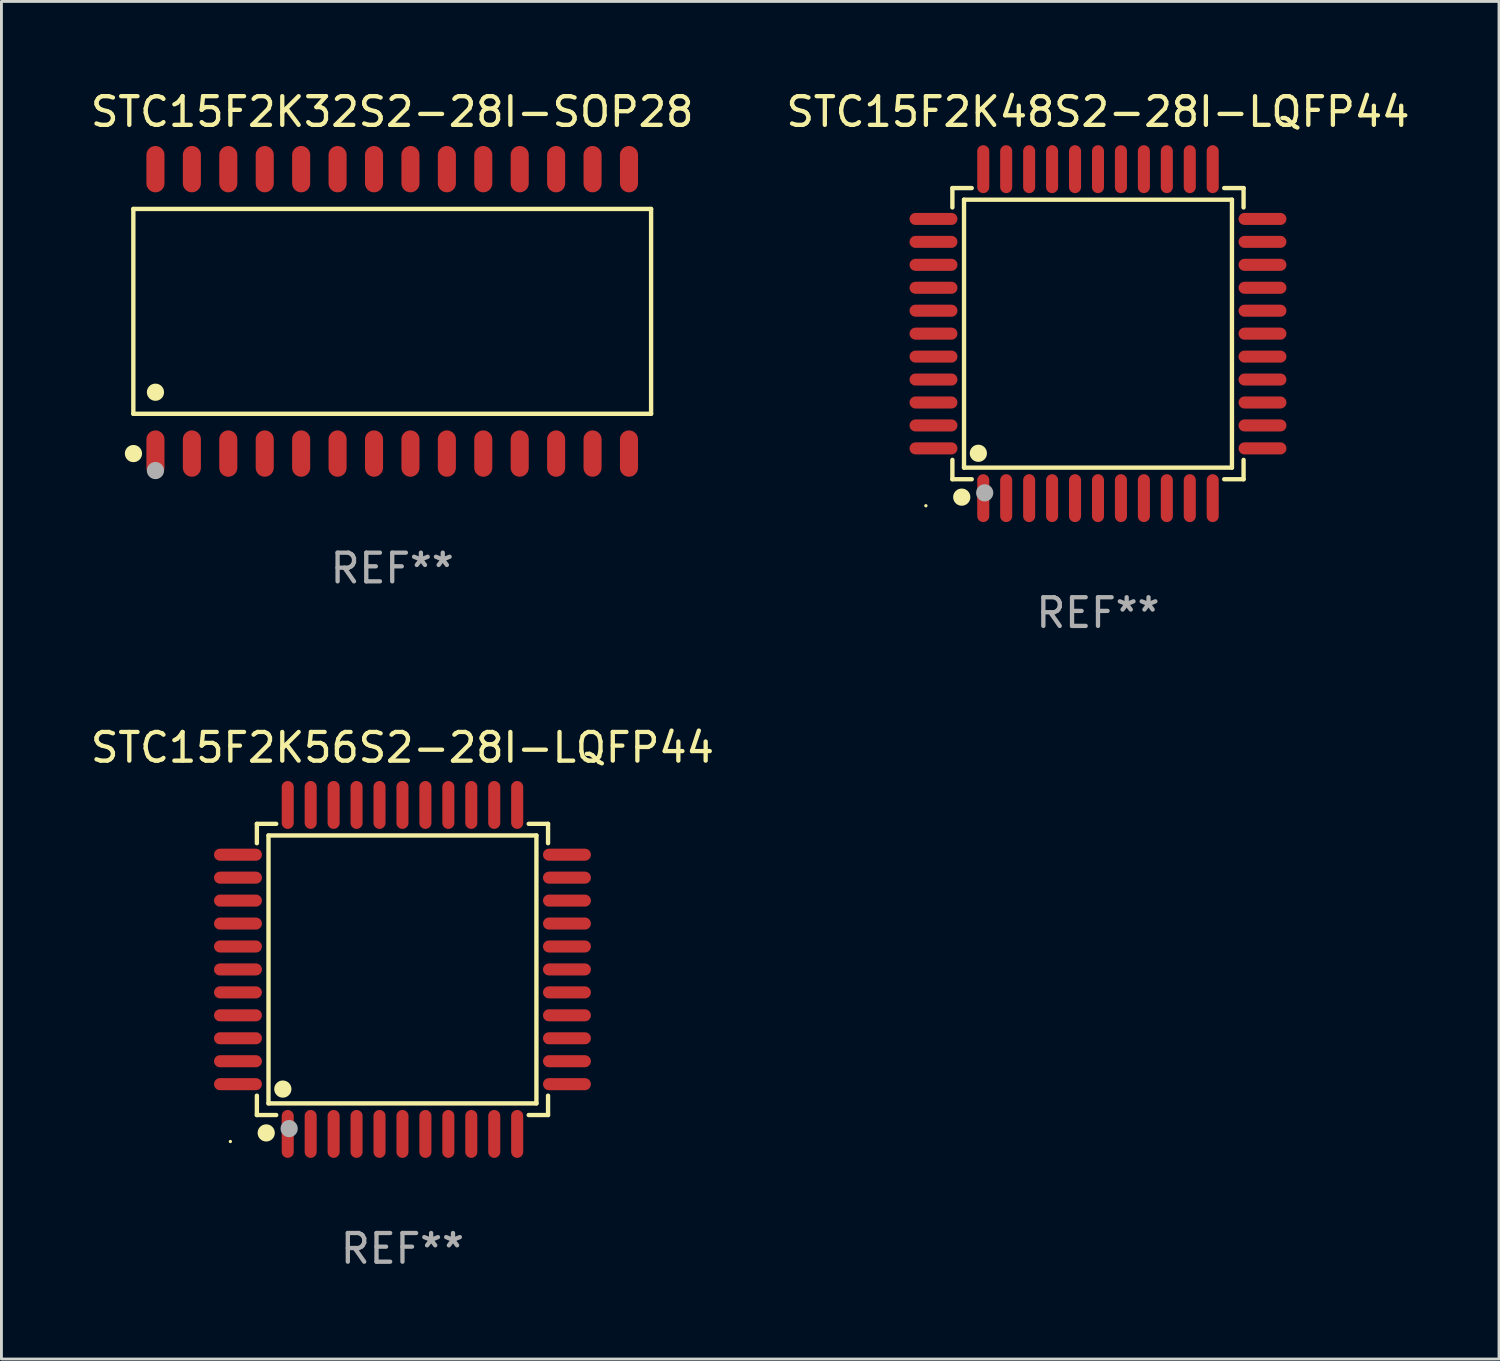
<source format=kicad_pcb>
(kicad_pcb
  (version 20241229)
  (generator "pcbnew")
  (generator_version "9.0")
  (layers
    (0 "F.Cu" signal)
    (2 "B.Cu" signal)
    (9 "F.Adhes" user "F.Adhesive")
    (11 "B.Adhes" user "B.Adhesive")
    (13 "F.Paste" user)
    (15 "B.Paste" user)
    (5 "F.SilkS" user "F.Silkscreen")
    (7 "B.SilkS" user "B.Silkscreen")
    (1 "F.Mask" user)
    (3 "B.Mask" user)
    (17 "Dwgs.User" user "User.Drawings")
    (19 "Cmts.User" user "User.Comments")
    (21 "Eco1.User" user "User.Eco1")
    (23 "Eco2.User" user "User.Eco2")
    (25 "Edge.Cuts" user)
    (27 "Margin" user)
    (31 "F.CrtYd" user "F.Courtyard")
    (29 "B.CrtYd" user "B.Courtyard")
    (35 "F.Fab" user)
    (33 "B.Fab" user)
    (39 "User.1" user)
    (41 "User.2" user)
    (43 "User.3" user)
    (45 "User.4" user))
  (footprint "STC15F2K48S2-28I-LQFP44"
    (layer "F.Cu")
    (at 35.232 8.583)
    (property "Reference" "STC15F2K48S2-28I-LQFP44" (at 0 -7.735 0) (layer "F.SilkS") (effects (font (size 1 1) (thickness 0.15))))
    (attr through_hole)
    (fp_line (start -5.076 -5.076) (end -4.401 -5.076) (stroke (width 0.152) (type solid)) (layer "F.SilkS"))
    (fp_line (start -5.076 -4.401) (end -5.076 -5.076) (stroke (width 0.152) (type solid)) (layer "F.SilkS"))
    (fp_line (start -5.076 4.401) (end -5.076 5.076) (stroke (width 0.152) (type solid)) (layer "F.SilkS"))
    (fp_line (start -5.076 5.076) (end -4.401 5.076) (stroke (width 0.152) (type solid)) (layer "F.SilkS"))
    (fp_line (start -4.671 -4.671) (end 4.671 -4.671) (stroke (width 0.152) (type solid)) (layer "F.SilkS"))
    (fp_line (start -4.671 4.671) (end -4.671 -4.671) (stroke (width 0.152) (type solid)) (layer "F.SilkS"))
    (fp_line (start 4.671 -4.671) (end 4.671 4.671) (stroke (width 0.152) (type solid)) (layer "F.SilkS"))
    (fp_line (start 4.671 4.671) (end -4.671 4.671) (stroke (width 0.152) (type solid)) (layer "F.SilkS"))
    (fp_line (start 5.076 -5.076) (end 4.401 -5.076) (stroke (width 0.152) (type solid)) (layer "F.SilkS"))
    (fp_line (start 5.076 -4.401) (end 5.076 -5.076) (stroke (width 0.152) (type solid)) (layer "F.SilkS"))
    (fp_line (start 5.076 4.401) (end 5.076 5.076) (stroke (width 0.152) (type solid)) (layer "F.SilkS"))
    (fp_line (start 5.076 5.076) (end 4.401 5.076) (stroke (width 0.152) (type solid)) (layer "F.SilkS"))
    (fp_circle (center -6 6) (end -5.97 6) (stroke (width 0.06) (type solid)) (fill no) (layer "F.SilkS"))
    (fp_circle (center -4.75 5.7) (end -4.6 5.7) (stroke (width 0.3) (type solid)) (fill no) (layer "F.SilkS"))
    (fp_circle (center -4.171 4.171) (end -4.021 4.171) (stroke (width 0.3) (type solid)) (fill no) (layer "F.SilkS"))
    (fp_circle (center -3.95 5.55) (end -3.8 5.55) (stroke (width 0.3) (type solid)) (fill no) (layer "F.Fab"))
    (fp_text user "REF**" (at 0 9.735 0) (layer "F.Fab") (effects (font (size 1 1) (thickness 0.15))))
    (pad "1" smd oval (at -4 5.735) (size 0.42 1.67) (layers "F.Cu" "F.Mask" "F.Paste"))
    (pad "2" smd oval (at -3.2 5.735) (size 0.42 1.67) (layers "F.Cu" "F.Mask" "F.Paste"))
    (pad "3" smd oval (at -2.4 5.735) (size 0.42 1.67) (layers "F.Cu" "F.Mask" "F.Paste"))
    (pad "4" smd oval (at -1.6 5.735) (size 0.42 1.67) (layers "F.Cu" "F.Mask" "F.Paste"))
    (pad "5" smd oval (at -0.8 5.735) (size 0.42 1.67) (layers "F.Cu" "F.Mask" "F.Paste"))
    (pad "6" smd oval (at 0 5.735) (size 0.42 1.67) (layers "F.Cu" "F.Mask" "F.Paste"))
    (pad "7" smd oval (at 0.8 5.735) (size 0.42 1.67) (layers "F.Cu" "F.Mask" "F.Paste"))
    (pad "8" smd oval (at 1.6 5.735) (size 0.42 1.67) (layers "F.Cu" "F.Mask" "F.Paste"))
    (pad "9" smd oval (at 2.4 5.735) (size 0.42 1.67) (layers "F.Cu" "F.Mask" "F.Paste"))
    (pad "10" smd oval (at 3.2 5.735) (size 0.42 1.67) (layers "F.Cu" "F.Mask" "F.Paste"))
    (pad "11" smd oval (at 4 5.735) (size 0.42 1.67) (layers "F.Cu" "F.Mask" "F.Paste"))
    (pad "12" smd oval (at 5.735 4) (size 1.67 0.42) (layers "F.Cu" "F.Mask" "F.Paste"))
    (pad "13" smd oval (at 5.735 3.2) (size 1.67 0.42) (layers "F.Cu" "F.Mask" "F.Paste"))
    (pad "14" smd oval (at 5.735 2.4) (size 1.67 0.42) (layers "F.Cu" "F.Mask" "F.Paste"))
    (pad "15" smd oval (at 5.735 1.6) (size 1.67 0.42) (layers "F.Cu" "F.Mask" "F.Paste"))
    (pad "16" smd oval (at 5.735 0.8) (size 1.67 0.42) (layers "F.Cu" "F.Mask" "F.Paste"))
    (pad "17" smd oval (at 5.735 0) (size 1.67 0.42) (layers "F.Cu" "F.Mask" "F.Paste"))
    (pad "18" smd oval (at 5.735 -0.8) (size 1.67 0.42) (layers "F.Cu" "F.Mask" "F.Paste"))
    (pad "19" smd oval (at 5.735 -1.6) (size 1.67 0.42) (layers "F.Cu" "F.Mask" "F.Paste"))
    (pad "20" smd oval (at 5.735 -2.4) (size 1.67 0.42) (layers "F.Cu" "F.Mask" "F.Paste"))
    (pad "21" smd oval (at 5.735 -3.2) (size 1.67 0.42) (layers "F.Cu" "F.Mask" "F.Paste"))
    (pad "22" smd oval (at 5.735 -4) (size 1.67 0.42) (layers "F.Cu" "F.Mask" "F.Paste"))
    (pad "23" smd oval (at 4 -5.735) (size 0.42 1.67) (layers "F.Cu" "F.Mask" "F.Paste"))
    (pad "24" smd oval (at 3.2 -5.735) (size 0.42 1.67) (layers "F.Cu" "F.Mask" "F.Paste"))
    (pad "25" smd oval (at 2.4 -5.735) (size 0.42 1.67) (layers "F.Cu" "F.Mask" "F.Paste"))
    (pad "26" smd oval (at 1.6 -5.735) (size 0.42 1.67) (layers "F.Cu" "F.Mask" "F.Paste"))
    (pad "27" smd oval (at 0.8 -5.735) (size 0.42 1.67) (layers "F.Cu" "F.Mask" "F.Paste"))
    (pad "28" smd oval (at 0 -5.735) (size 0.42 1.67) (layers "F.Cu" "F.Mask" "F.Paste"))
    (pad "29" smd oval (at -0.8 -5.735) (size 0.42 1.67) (layers "F.Cu" "F.Mask" "F.Paste"))
    (pad "30" smd oval (at -1.6 -5.735) (size 0.42 1.67) (layers "F.Cu" "F.Mask" "F.Paste"))
    (pad "31" smd oval (at -2.4 -5.735) (size 0.42 1.67) (layers "F.Cu" "F.Mask" "F.Paste"))
    (pad "32" smd oval (at -3.2 -5.735) (size 0.42 1.67) (layers "F.Cu" "F.Mask" "F.Paste"))
    (pad "33" smd oval (at -4 -5.735) (size 0.42 1.67) (layers "F.Cu" "F.Mask" "F.Paste"))
    (pad "34" smd oval (at -5.735 -4) (size 1.67 0.42) (layers "F.Cu" "F.Mask" "F.Paste"))
    (pad "35" smd oval (at -5.735 -3.2) (size 1.67 0.42) (layers "F.Cu" "F.Mask" "F.Paste"))
    (pad "36" smd oval (at -5.735 -2.4) (size 1.67 0.42) (layers "F.Cu" "F.Mask" "F.Paste"))
    (pad "37" smd oval (at -5.735 -1.6) (size 1.67 0.42) (layers "F.Cu" "F.Mask" "F.Paste"))
    (pad "38" smd oval (at -5.735 -0.8) (size 1.67 0.42) (layers "F.Cu" "F.Mask" "F.Paste"))
    (pad "39" smd oval (at -5.735 0) (size 1.67 0.42) (layers "F.Cu" "F.Mask" "F.Paste"))
    (pad "40" smd oval (at -5.735 0.8) (size 1.67 0.42) (layers "F.Cu" "F.Mask" "F.Paste"))
    (pad "41" smd oval (at -5.735 1.6) (size 1.67 0.42) (layers "F.Cu" "F.Mask" "F.Paste"))
    (pad "42" smd oval (at -5.735 2.4) (size 1.67 0.42) (layers "F.Cu" "F.Mask" "F.Paste"))
    (pad "43" smd oval (at -5.735 3.2) (size 1.67 0.42) (layers "F.Cu" "F.Mask" "F.Paste"))
    (pad "44" smd oval (at -5.735 4) (size 1.67 0.42) (layers "F.Cu" "F.Mask" "F.Paste")))
  (footprint "STC15F2K56S2-28I-LQFP44"
    (layer "F.Cu")
    (at 10.982 30.75)
    (property "Reference" "STC15F2K56S2-28I-LQFP44" (at 0 -7.735 0) (layer "F.SilkS") (effects (font (size 1 1) (thickness 0.15))))
    (attr through_hole)
    (fp_line (start -5.076 -5.076) (end -4.401 -5.076) (stroke (width 0.152) (type solid)) (layer "F.SilkS"))
    (fp_line (start -5.076 -4.401) (end -5.076 -5.076) (stroke (width 0.152) (type solid)) (layer "F.SilkS"))
    (fp_line (start -5.076 4.401) (end -5.076 5.076) (stroke (width 0.152) (type solid)) (layer "F.SilkS"))
    (fp_line (start -5.076 5.076) (end -4.401 5.076) (stroke (width 0.152) (type solid)) (layer "F.SilkS"))
    (fp_line (start -4.671 -4.671) (end 4.671 -4.671) (stroke (width 0.152) (type solid)) (layer "F.SilkS"))
    (fp_line (start -4.671 4.671) (end -4.671 -4.671) (stroke (width 0.152) (type solid)) (layer "F.SilkS"))
    (fp_line (start 4.671 -4.671) (end 4.671 4.671) (stroke (width 0.152) (type solid)) (layer "F.SilkS"))
    (fp_line (start 4.671 4.671) (end -4.671 4.671) (stroke (width 0.152) (type solid)) (layer "F.SilkS"))
    (fp_line (start 5.076 -5.076) (end 4.401 -5.076) (stroke (width 0.152) (type solid)) (layer "F.SilkS"))
    (fp_line (start 5.076 -4.401) (end 5.076 -5.076) (stroke (width 0.152) (type solid)) (layer "F.SilkS"))
    (fp_line (start 5.076 4.401) (end 5.076 5.076) (stroke (width 0.152) (type solid)) (layer "F.SilkS"))
    (fp_line (start 5.076 5.076) (end 4.401 5.076) (stroke (width 0.152) (type solid)) (layer "F.SilkS"))
    (fp_circle (center -6 6) (end -5.97 6) (stroke (width 0.06) (type solid)) (fill no) (layer "F.SilkS"))
    (fp_circle (center -4.75 5.7) (end -4.6 5.7) (stroke (width 0.3) (type solid)) (fill no) (layer "F.SilkS"))
    (fp_circle (center -4.171 4.171) (end -4.021 4.171) (stroke (width 0.3) (type solid)) (fill no) (layer "F.SilkS"))
    (fp_circle (center -3.95 5.55) (end -3.8 5.55) (stroke (width 0.3) (type solid)) (fill no) (layer "F.Fab"))
    (fp_text user "REF**" (at 0 9.735 0) (layer "F.Fab") (effects (font (size 1 1) (thickness 0.15))))
    (pad "1" smd oval (at -4 5.735) (size 0.42 1.67) (layers "F.Cu" "F.Mask" "F.Paste"))
    (pad "2" smd oval (at -3.2 5.735) (size 0.42 1.67) (layers "F.Cu" "F.Mask" "F.Paste"))
    (pad "3" smd oval (at -2.4 5.735) (size 0.42 1.67) (layers "F.Cu" "F.Mask" "F.Paste"))
    (pad "4" smd oval (at -1.6 5.735) (size 0.42 1.67) (layers "F.Cu" "F.Mask" "F.Paste"))
    (pad "5" smd oval (at -0.8 5.735) (size 0.42 1.67) (layers "F.Cu" "F.Mask" "F.Paste"))
    (pad "6" smd oval (at 0 5.735) (size 0.42 1.67) (layers "F.Cu" "F.Mask" "F.Paste"))
    (pad "7" smd oval (at 0.8 5.735) (size 0.42 1.67) (layers "F.Cu" "F.Mask" "F.Paste"))
    (pad "8" smd oval (at 1.6 5.735) (size 0.42 1.67) (layers "F.Cu" "F.Mask" "F.Paste"))
    (pad "9" smd oval (at 2.4 5.735) (size 0.42 1.67) (layers "F.Cu" "F.Mask" "F.Paste"))
    (pad "10" smd oval (at 3.2 5.735) (size 0.42 1.67) (layers "F.Cu" "F.Mask" "F.Paste"))
    (pad "11" smd oval (at 4 5.735) (size 0.42 1.67) (layers "F.Cu" "F.Mask" "F.Paste"))
    (pad "12" smd oval (at 5.735 4) (size 1.67 0.42) (layers "F.Cu" "F.Mask" "F.Paste"))
    (pad "13" smd oval (at 5.735 3.2) (size 1.67 0.42) (layers "F.Cu" "F.Mask" "F.Paste"))
    (pad "14" smd oval (at 5.735 2.4) (size 1.67 0.42) (layers "F.Cu" "F.Mask" "F.Paste"))
    (pad "15" smd oval (at 5.735 1.6) (size 1.67 0.42) (layers "F.Cu" "F.Mask" "F.Paste"))
    (pad "16" smd oval (at 5.735 0.8) (size 1.67 0.42) (layers "F.Cu" "F.Mask" "F.Paste"))
    (pad "17" smd oval (at 5.735 0) (size 1.67 0.42) (layers "F.Cu" "F.Mask" "F.Paste"))
    (pad "18" smd oval (at 5.735 -0.8) (size 1.67 0.42) (layers "F.Cu" "F.Mask" "F.Paste"))
    (pad "19" smd oval (at 5.735 -1.6) (size 1.67 0.42) (layers "F.Cu" "F.Mask" "F.Paste"))
    (pad "20" smd oval (at 5.735 -2.4) (size 1.67 0.42) (layers "F.Cu" "F.Mask" "F.Paste"))
    (pad "21" smd oval (at 5.735 -3.2) (size 1.67 0.42) (layers "F.Cu" "F.Mask" "F.Paste"))
    (pad "22" smd oval (at 5.735 -4) (size 1.67 0.42) (layers "F.Cu" "F.Mask" "F.Paste"))
    (pad "23" smd oval (at 4 -5.735) (size 0.42 1.67) (layers "F.Cu" "F.Mask" "F.Paste"))
    (pad "24" smd oval (at 3.2 -5.735) (size 0.42 1.67) (layers "F.Cu" "F.Mask" "F.Paste"))
    (pad "25" smd oval (at 2.4 -5.735) (size 0.42 1.67) (layers "F.Cu" "F.Mask" "F.Paste"))
    (pad "26" smd oval (at 1.6 -5.735) (size 0.42 1.67) (layers "F.Cu" "F.Mask" "F.Paste"))
    (pad "27" smd oval (at 0.8 -5.735) (size 0.42 1.67) (layers "F.Cu" "F.Mask" "F.Paste"))
    (pad "28" smd oval (at 0 -5.735) (size 0.42 1.67) (layers "F.Cu" "F.Mask" "F.Paste"))
    (pad "29" smd oval (at -0.8 -5.735) (size 0.42 1.67) (layers "F.Cu" "F.Mask" "F.Paste"))
    (pad "30" smd oval (at -1.6 -5.735) (size 0.42 1.67) (layers "F.Cu" "F.Mask" "F.Paste"))
    (pad "31" smd oval (at -2.4 -5.735) (size 0.42 1.67) (layers "F.Cu" "F.Mask" "F.Paste"))
    (pad "32" smd oval (at -3.2 -5.735) (size 0.42 1.67) (layers "F.Cu" "F.Mask" "F.Paste"))
    (pad "33" smd oval (at -4 -5.735) (size 0.42 1.67) (layers "F.Cu" "F.Mask" "F.Paste"))
    (pad "34" smd oval (at -5.735 -4) (size 1.67 0.42) (layers "F.Cu" "F.Mask" "F.Paste"))
    (pad "35" smd oval (at -5.735 -3.2) (size 1.67 0.42) (layers "F.Cu" "F.Mask" "F.Paste"))
    (pad "36" smd oval (at -5.735 -2.4) (size 1.67 0.42) (layers "F.Cu" "F.Mask" "F.Paste"))
    (pad "37" smd oval (at -5.735 -1.6) (size 1.67 0.42) (layers "F.Cu" "F.Mask" "F.Paste"))
    (pad "38" smd oval (at -5.735 -0.8) (size 1.67 0.42) (layers "F.Cu" "F.Mask" "F.Paste"))
    (pad "39" smd oval (at -5.735 0) (size 1.67 0.42) (layers "F.Cu" "F.Mask" "F.Paste"))
    (pad "40" smd oval (at -5.735 0.8) (size 1.67 0.42) (layers "F.Cu" "F.Mask" "F.Paste"))
    (pad "41" smd oval (at -5.735 1.6) (size 1.67 0.42) (layers "F.Cu" "F.Mask" "F.Paste"))
    (pad "42" smd oval (at -5.735 2.4) (size 1.67 0.42) (layers "F.Cu" "F.Mask" "F.Paste"))
    (pad "43" smd oval (at -5.735 3.2) (size 1.67 0.42) (layers "F.Cu" "F.Mask" "F.Paste"))
    (pad "44" smd oval (at -5.735 4) (size 1.67 0.42) (layers "F.Cu" "F.Mask" "F.Paste")))
  (footprint "STC15F2K32S2-28I-SOP28"
    (layer "F.Cu")
    (at 10.625 7.806)
    (property "Reference" "STC15F2K32S2-28I-SOP28" (at 0 -6.958 0) (layer "F.SilkS") (effects (font (size 1 1) (thickness 0.15))))
    (attr through_hole)
    (fp_line (start -9.026 -3.571) (end 9.026 -3.571) (stroke (width 0.152) (type solid)) (layer "F.SilkS"))
    (fp_line (start -9.026 3.571) (end -9.026 -3.571) (stroke (width 0.152) (type solid)) (layer "F.SilkS"))
    (fp_line (start 9.026 -3.571) (end 9.026 3.571) (stroke (width 0.152) (type solid)) (layer "F.SilkS"))
    (fp_line (start 9.026 3.571) (end -9.026 3.571) (stroke (width 0.152) (type solid)) (layer "F.SilkS"))
    (fp_circle (center -9.022 4.958) (end -8.872 4.958) (stroke (width 0.3) (type solid)) (fill no) (layer "F.SilkS"))
    (fp_circle (center -8.95 5.15) (end -8.92 5.15) (stroke (width 0.06) (type solid)) (fill no) (layer "F.SilkS"))
    (fp_circle (center -8.255 2.819) (end -8.105 2.819) (stroke (width 0.3) (type solid)) (fill no) (layer "F.SilkS"))
    (fp_circle (center -8.255 5.55) (end -8.105 5.55) (stroke (width 0.3) (type solid)) (fill no) (layer "F.Fab"))
    (fp_text user "REF**" (at 0 8.958 0) (layer "F.Fab") (effects (font (size 1 1) (thickness 0.15))))
    (pad "1" smd oval (at -8.255 4.958) (size 0.63 1.615) (layers "F.Cu" "F.Mask" "F.Paste"))
    (pad "2" smd oval (at -6.985 4.958) (size 0.63 1.615) (layers "F.Cu" "F.Mask" "F.Paste"))
    (pad "3" smd oval (at -5.715 4.958) (size 0.63 1.615) (layers "F.Cu" "F.Mask" "F.Paste"))
    (pad "4" smd oval (at -4.445 4.958) (size 0.63 1.615) (layers "F.Cu" "F.Mask" "F.Paste"))
    (pad "5" smd oval (at -3.175 4.958) (size 0.63 1.615) (layers "F.Cu" "F.Mask" "F.Paste"))
    (pad "6" smd oval (at -1.905 4.958) (size 0.63 1.615) (layers "F.Cu" "F.Mask" "F.Paste"))
    (pad "7" smd oval (at -0.635 4.958) (size 0.63 1.615) (layers "F.Cu" "F.Mask" "F.Paste"))
    (pad "8" smd oval (at 0.635 4.958) (size 0.63 1.615) (layers "F.Cu" "F.Mask" "F.Paste"))
    (pad "9" smd oval (at 1.905 4.958) (size 0.63 1.615) (layers "F.Cu" "F.Mask" "F.Paste"))
    (pad "10" smd oval (at 3.175 4.958) (size 0.63 1.615) (layers "F.Cu" "F.Mask" "F.Paste"))
    (pad "11" smd oval (at 4.445 4.958) (size 0.63 1.615) (layers "F.Cu" "F.Mask" "F.Paste"))
    (pad "12" smd oval (at 5.715 4.958) (size 0.63 1.615) (layers "F.Cu" "F.Mask" "F.Paste"))
    (pad "13" smd oval (at 6.985 4.958) (size 0.63 1.615) (layers "F.Cu" "F.Mask" "F.Paste"))
    (pad "14" smd oval (at 8.255 4.958) (size 0.63 1.615) (layers "F.Cu" "F.Mask" "F.Paste"))
    (pad "15" smd oval (at 8.255 -4.958) (size 0.63 1.615) (layers "F.Cu" "F.Mask" "F.Paste"))
    (pad "16" smd oval (at 6.985 -4.958) (size 0.63 1.615) (layers "F.Cu" "F.Mask" "F.Paste"))
    (pad "17" smd oval (at 5.715 -4.958) (size 0.63 1.615) (layers "F.Cu" "F.Mask" "F.Paste"))
    (pad "18" smd oval (at 4.445 -4.958) (size 0.63 1.615) (layers "F.Cu" "F.Mask" "F.Paste"))
    (pad "19" smd oval (at 3.175 -4.958) (size 0.63 1.615) (layers "F.Cu" "F.Mask" "F.Paste"))
    (pad "20" smd oval (at 1.905 -4.958) (size 0.63 1.615) (layers "F.Cu" "F.Mask" "F.Paste"))
    (pad "21" smd oval (at 0.635 -4.958) (size 0.63 1.615) (layers "F.Cu" "F.Mask" "F.Paste"))
    (pad "22" smd oval (at -0.635 -4.958) (size 0.63 1.615) (layers "F.Cu" "F.Mask" "F.Paste"))
    (pad "23" smd oval (at -1.905 -4.958) (size 0.63 1.615) (layers "F.Cu" "F.Mask" "F.Paste"))
    (pad "24" smd oval (at -3.175 -4.958) (size 0.63 1.615) (layers "F.Cu" "F.Mask" "F.Paste"))
    (pad "25" smd oval (at -4.445 -4.958) (size 0.63 1.615) (layers "F.Cu" "F.Mask" "F.Paste"))
    (pad "26" smd oval (at -5.715 -4.958) (size 0.63 1.615) (layers "F.Cu" "F.Mask" "F.Paste"))
    (pad "27" smd oval (at -6.985 -4.958) (size 0.63 1.615) (layers "F.Cu" "F.Mask" "F.Paste"))
    (pad "28" smd oval (at -8.255 -4.958) (size 0.63 1.615) (layers "F.Cu" "F.Mask" "F.Paste")))
  (gr_rect
    (start -3 -3)
    (end 49.214 44.333)
    (stroke (width 0.1) (type default))
    (fill no)
    (layer "Edge.Cuts")))
</source>
